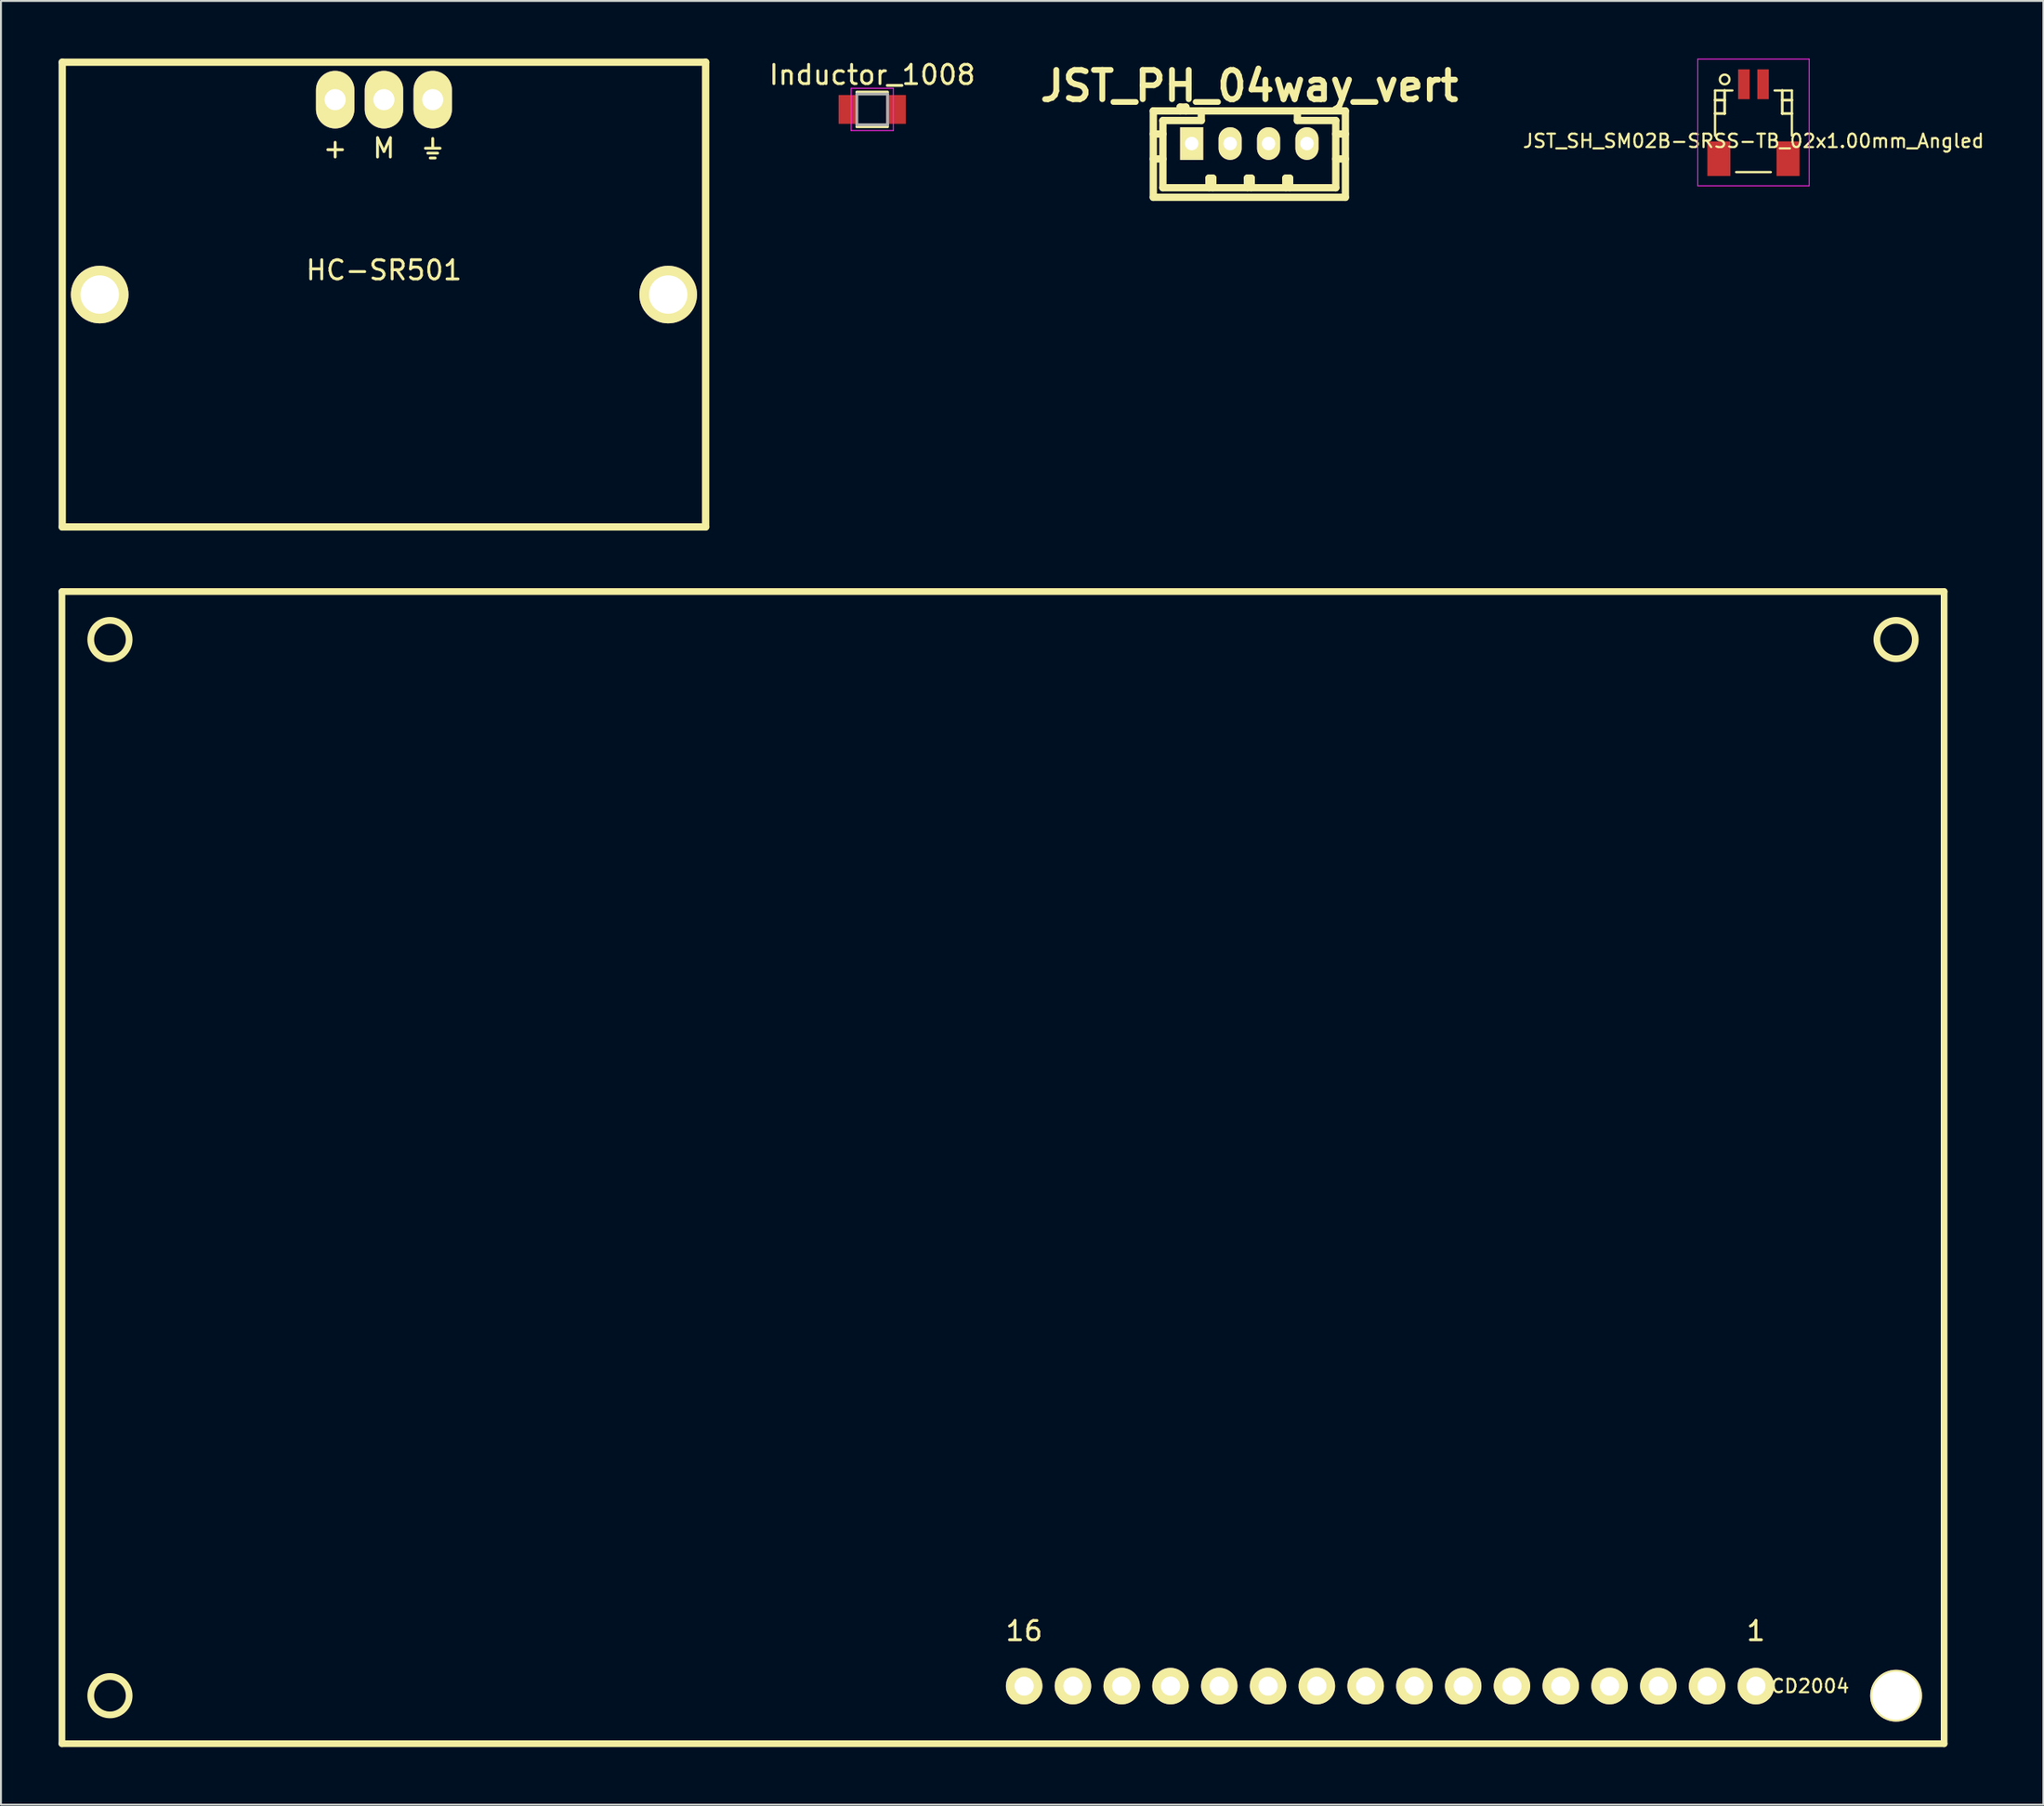
<source format=kicad_pcb>
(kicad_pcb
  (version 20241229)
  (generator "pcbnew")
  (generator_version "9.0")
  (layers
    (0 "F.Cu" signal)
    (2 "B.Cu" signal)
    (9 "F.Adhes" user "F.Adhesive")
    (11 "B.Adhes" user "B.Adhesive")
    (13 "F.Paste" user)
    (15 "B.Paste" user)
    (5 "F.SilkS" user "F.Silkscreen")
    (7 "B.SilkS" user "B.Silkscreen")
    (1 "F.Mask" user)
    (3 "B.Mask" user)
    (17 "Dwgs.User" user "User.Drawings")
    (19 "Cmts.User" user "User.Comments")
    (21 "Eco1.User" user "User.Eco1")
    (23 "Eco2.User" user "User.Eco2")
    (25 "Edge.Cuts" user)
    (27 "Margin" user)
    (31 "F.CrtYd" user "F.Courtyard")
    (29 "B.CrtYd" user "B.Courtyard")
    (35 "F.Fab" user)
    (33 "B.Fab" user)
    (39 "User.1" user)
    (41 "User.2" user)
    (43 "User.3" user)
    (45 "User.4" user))
  (footprint "JST_PH_04way_vert"
    (layer "F.Cu")
    (at 62 4.426)
    (property "Reference" "JST_PH_04way_vert" (at 0 -3 0) (layer "F.SilkS") (effects (font (size 1.524 1.524) (thickness 0.305))))
    (attr through_hole)
    (fp_line (start -5.001 -1.699) (end -5.001 2.799) (stroke (width 0.381) (type solid)) (layer "F.SilkS"))
    (fp_line (start -5.001 -1.699) (end 5.001 -1.699) (stroke (width 0.381) (type solid)) (layer "F.SilkS"))
    (fp_line (start -5.001 2.799) (end 5.001 2.799) (stroke (width 0.381) (type solid)) (layer "F.SilkS"))
    (fp_line (start -4.501 -1.199) (end -4.501 2.301) (stroke (width 0.381) (type solid)) (layer "F.SilkS"))
    (fp_line (start -4.501 -0.5) (end -5.001 -0.5) (stroke (width 0.381) (type solid)) (layer "F.SilkS"))
    (fp_line (start -4.501 0.8) (end -5.001 0.8) (stroke (width 0.381) (type solid)) (layer "F.SilkS"))
    (fp_line (start -3.602 -1.9) (end -3.602 -1.699) (stroke (width 0.381) (type solid)) (layer "F.SilkS"))
    (fp_line (start -3.302 -1.9) (end -3.602 -1.9) (stroke (width 0.381) (type solid)) (layer "F.SilkS"))
    (fp_line (start -3.302 -1.699) (end -3.302 -1.9) (stroke (width 0.381) (type solid)) (layer "F.SilkS"))
    (fp_line (start -2.502 -1.699) (end -2.502 -1.199) (stroke (width 0.381) (type solid)) (layer "F.SilkS"))
    (fp_line (start -2.502 -1.199) (end -4.501 -1.199) (stroke (width 0.381) (type solid)) (layer "F.SilkS"))
    (fp_line (start -2.101 1.801) (end -1.902 1.801) (stroke (width 0.381) (type solid)) (layer "F.SilkS"))
    (fp_line (start -2.101 2.301) (end -2.101 1.801) (stroke (width 0.381) (type solid)) (layer "F.SilkS"))
    (fp_line (start -1.902 1.801) (end -1.902 2.301) (stroke (width 0.381) (type solid)) (layer "F.SilkS"))
    (fp_line (start -0.099 1.801) (end 0.099 1.801) (stroke (width 0.381) (type solid)) (layer "F.SilkS"))
    (fp_line (start -0.099 2.301) (end -0.099 1.801) (stroke (width 0.381) (type solid)) (layer "F.SilkS"))
    (fp_line (start 0.099 1.801) (end 0.099 2.301) (stroke (width 0.381) (type solid)) (layer "F.SilkS"))
    (fp_line (start 1.9 1.801) (end 2.098 1.801) (stroke (width 0.381) (type solid)) (layer "F.SilkS"))
    (fp_line (start 1.9 2.301) (end 1.9 1.801) (stroke (width 0.381) (type solid)) (layer "F.SilkS"))
    (fp_line (start 2.098 1.801) (end 2.098 2.301) (stroke (width 0.381) (type solid)) (layer "F.SilkS"))
    (fp_line (start 2.502 -1.199) (end 2.502 -1.699) (stroke (width 0.381) (type solid)) (layer "F.SilkS"))
    (fp_line (start 4.501 -1.199) (end 2.502 -1.199) (stroke (width 0.381) (type solid)) (layer "F.SilkS"))
    (fp_line (start 4.501 0.8) (end 5.001 0.8) (stroke (width 0.381) (type solid)) (layer "F.SilkS"))
    (fp_line (start 4.501 2.301) (end -4.501 2.301) (stroke (width 0.381) (type solid)) (layer "F.SilkS"))
    (fp_line (start 4.501 2.301) (end 4.501 -1.199) (stroke (width 0.381) (type solid)) (layer "F.SilkS"))
    (fp_line (start 5.001 -1.699) (end 5.001 2.799) (stroke (width 0.381) (type solid)) (layer "F.SilkS"))
    (fp_line (start 5.001 -0.5) (end 4.501 -0.5) (stroke (width 0.381) (type solid)) (layer "F.SilkS"))
    (pad "1" thru_hole rect (at -3.002 0) (size 1.199 1.699) (drill 0.701) (layers "*.Cu" "*.Mask" "F.SilkS"))
    (pad "2" thru_hole oval (at -1.001 0) (size 1.199 1.699) (drill 0.701) (layers "*.Cu" "*.Mask" "F.SilkS"))
    (pad "3" thru_hole oval (at 1.001 0) (size 1.199 1.699) (drill 0.701) (layers "*.Cu" "*.Mask" "F.SilkS"))
    (pad "4" thru_hole oval (at 3 0) (size 1.199 1.699) (drill 0.701) (layers "*.Cu" "*.Mask" "F.SilkS")))
  (footprint "LCD2004"
    (layer "F.Cu")
    (at 49.175 57.756)
    (property "Reference" "LCD2004" (at 41.74 27 0) (layer "F.SilkS") (effects (font (size 0.7 0.7) (thickness 0.11))))
    (attr through_hole)
    (fp_line (start -49 -30) (end -49 30) (stroke (width 0.35) (type solid)) (layer "F.SilkS"))
    (fp_line (start -49 -30) (end 49 -30) (stroke (width 0.35) (type solid)) (layer "F.SilkS"))
    (fp_line (start -49 30) (end 49 30) (stroke (width 0.35) (type solid)) (layer "F.SilkS"))
    (fp_line (start 49 30) (end 49 -30) (stroke (width 0.35) (type solid)) (layer "F.SilkS"))
    (fp_circle (center -46.5 -27.5) (end -46.5 -28.5) (stroke (width 0.35) (type solid)) (fill no) (layer "F.SilkS"))
    (fp_circle (center -46.5 27.5) (end -46.5 28.5) (stroke (width 0.35) (type solid)) (fill no) (layer "F.SilkS"))
    (fp_circle (center 39.2 27) (end 39.7 27) (stroke (width 0.35) (type solid)) (fill no) (layer "F.SilkS"))
    (fp_circle (center 46.5 -27.5) (end 46.5 -28.5) (stroke (width 0.35) (type solid)) (fill no) (layer "F.SilkS"))
    (fp_text user "1" (at 39.2 24.13 0) (layer "F.SilkS") (effects (font (size 1 1) (thickness 0.15))))
    (fp_text user "16" (at 1.1 24.13 0) (layer "F.SilkS") (effects (font (size 1 1) (thickness 0.15))))
    (pad "" np_thru_hole circle (at 46.5 27.5) (size 2.7 2.7) (drill 2.5) (layers "*.Cu" "*.Mask" "F.SilkS"))
    (pad "1" thru_hole circle (at 39.2 27) (size 1.9 1.9) (drill 1) (layers "*.Cu" "*.Mask" "F.SilkS"))
    (pad "2" thru_hole circle (at 36.66 27) (size 1.9 1.9) (drill 1) (layers "*.Cu" "*.Mask" "F.SilkS"))
    (pad "3" thru_hole circle (at 34.12 27) (size 1.9 1.9) (drill 1) (layers "*.Cu" "*.Mask" "F.SilkS"))
    (pad "4" thru_hole circle (at 31.58 27) (size 1.9 1.9) (drill 1) (layers "*.Cu" "*.Mask" "F.SilkS"))
    (pad "5" thru_hole circle (at 29.04 27) (size 1.9 1.9) (drill 1) (layers "*.Cu" "*.Mask" "F.SilkS"))
    (pad "6" thru_hole circle (at 26.5 27) (size 1.9 1.9) (drill 1) (layers "*.Cu" "*.Mask" "F.SilkS"))
    (pad "7" thru_hole circle (at 23.96 27) (size 1.9 1.9) (drill 1) (layers "*.Cu" "*.Mask" "F.SilkS"))
    (pad "8" thru_hole circle (at 21.42 27) (size 1.9 1.9) (drill 1) (layers "*.Cu" "*.Mask" "F.SilkS"))
    (pad "9" thru_hole circle (at 18.88 27) (size 1.9 1.9) (drill 1) (layers "*.Cu" "*.Mask" "F.SilkS"))
    (pad "10" thru_hole circle (at 16.34 27) (size 1.9 1.9) (drill 1) (layers "*.Cu" "*.Mask" "F.SilkS"))
    (pad "11" thru_hole circle (at 13.8 27) (size 1.9 1.9) (drill 1) (layers "*.Cu" "*.Mask" "F.SilkS"))
    (pad "12" thru_hole circle (at 11.26 27) (size 1.9 1.9) (drill 1) (layers "*.Cu" "*.Mask" "F.SilkS"))
    (pad "13" thru_hole circle (at 8.72 27) (size 1.9 1.9) (drill 1) (layers "*.Cu" "*.Mask" "F.SilkS"))
    (pad "14" thru_hole circle (at 6.18 27) (size 1.9 1.9) (drill 1) (layers "*.Cu" "*.Mask" "F.SilkS"))
    (pad "15" thru_hole circle (at 3.64 27) (size 1.9 1.9) (drill 1) (layers "*.Cu" "*.Mask" "F.SilkS"))
    (pad "16" thru_hole circle (at 1.1 27) (size 1.9 1.9) (drill 1) (layers "*.Cu" "*.Mask" "F.SilkS")))
  (footprint "Inductor_1008"
    (layer "F.Cu")
    (at 42.363 2.648)
    (property "Reference" "Inductor_1008" (at 0 -1.8 0) (layer "F.SilkS") (effects (font (size 1 1) (thickness 0.15))))
    (attr smd)
    (fp_line (start -0.8 -0.9) (end 0.8 -0.9) (stroke (width 0.15) (type solid)) (layer "F.SilkS"))
    (fp_line (start -0.8 0.9) (end 0.8 0.9) (stroke (width 0.15) (type solid)) (layer "F.SilkS"))
    (fp_line (start -1.1 -1.1) (end -1.1 1.1) (stroke (width 0.05) (type solid)) (layer "F.CrtYd"))
    (fp_line (start -1.1 1.1) (end 1.1 1.1) (stroke (width 0.05) (type solid)) (layer "F.CrtYd"))
    (fp_line (start 1.1 -1.1) (end -1.1 -1.1) (stroke (width 0.05) (type solid)) (layer "F.CrtYd"))
    (fp_line (start 1.1 1.1) (end 1.1 -1.1) (stroke (width 0.05) (type solid)) (layer "F.CrtYd"))
    (fp_line (start -0.8 -0.8) (end -0.8 0.8) (stroke (width 0.15) (type solid)) (layer "F.Fab"))
    (fp_line (start -0.8 0.8) (end 0.8 0.8) (stroke (width 0.15) (type solid)) (layer "F.Fab"))
    (fp_line (start 0.8 -0.8) (end -0.8 -0.8) (stroke (width 0.15) (type solid)) (layer "F.Fab"))
    (fp_line (start 0.8 0.8) (end 0.8 -0.8) (stroke (width 0.15) (type solid)) (layer "F.Fab"))
    (pad "1" smd rect (at -1.25 0) (size 1 1.5) (layers "F.Cu" "F.Mask" "F.Paste"))
    (pad "2" smd rect (at 1.25 0) (size 1 1.5) (layers "F.Cu" "F.Mask" "F.Paste")))
  (footprint "JST_SH_SM02B-SRSS-TB_02x1.00mm_Angled"
    (layer "F.Cu")
    (at 88.249 3.275)
    (property "Reference" "JST_SH_SM02B-SRSS-TB_02x1.00mm_Angled" (at 0 1.016 0) (layer "F.SilkS") (effects (font (size 0.7 0.7) (thickness 0.11))))
    (attr smd)
    (fp_line (start -2 -1.613) (end -1.1 -1.613) (stroke (width 0.12) (type solid)) (layer "F.SilkS"))
    (fp_line (start -2 -1.113) (end -2 -1.113) (stroke (width 0.12) (type solid)) (layer "F.SilkS"))
    (fp_line (start -2 -1.113) (end -1.5 -1.113) (stroke (width 0.12) (type solid)) (layer "F.SilkS"))
    (fp_line (start -2 -0.412) (end -2 -0.412) (stroke (width 0.12) (type solid)) (layer "F.SilkS"))
    (fp_line (start -2 -0.412) (end -1.5 -0.412) (stroke (width 0.12) (type solid)) (layer "F.SilkS"))
    (fp_line (start -2 0.738) (end -2 -1.613) (stroke (width 0.12) (type solid)) (layer "F.SilkS"))
    (fp_line (start -1.5 -1.613) (end -1.5 -1.613) (stroke (width 0.12) (type solid)) (layer "F.SilkS"))
    (fp_line (start -1.5 -1.613) (end -1.5 -0.412) (stroke (width 0.12) (type solid)) (layer "F.SilkS"))
    (fp_line (start -1.5 -1.113) (end -2 -1.113) (stroke (width 0.12) (type solid)) (layer "F.SilkS"))
    (fp_line (start -1.5 -1.113) (end -1.5 -1.113) (stroke (width 0.12) (type solid)) (layer "F.SilkS"))
    (fp_line (start -1.5 -0.412) (end -2 -0.412) (stroke (width 0.12) (type solid)) (layer "F.SilkS"))
    (fp_line (start -1.5 -0.412) (end -1.5 -1.613) (stroke (width 0.12) (type solid)) (layer "F.SilkS"))
    (fp_line (start -1.5 -0.412) (end -1.5 -0.412) (stroke (width 0.12) (type solid)) (layer "F.SilkS"))
    (fp_line (start -1.5 -0.412) (end -1.5 -0.412) (stroke (width 0.12) (type solid)) (layer "F.SilkS"))
    (fp_line (start -0.9 2.638) (end 0.9 2.638) (stroke (width 0.12) (type solid)) (layer "F.SilkS"))
    (fp_line (start 1.5 -1.613) (end 1.5 -1.613) (stroke (width 0.12) (type solid)) (layer "F.SilkS"))
    (fp_line (start 1.5 -1.613) (end 1.5 -0.412) (stroke (width 0.12) (type solid)) (layer "F.SilkS"))
    (fp_line (start 1.5 -1.113) (end 1.5 -1.113) (stroke (width 0.12) (type solid)) (layer "F.SilkS"))
    (fp_line (start 1.5 -1.113) (end 2 -1.113) (stroke (width 0.12) (type solid)) (layer "F.SilkS"))
    (fp_line (start 1.5 -0.412) (end 1.5 -1.613) (stroke (width 0.12) (type solid)) (layer "F.SilkS"))
    (fp_line (start 1.5 -0.412) (end 1.5 -0.412) (stroke (width 0.12) (type solid)) (layer "F.SilkS"))
    (fp_line (start 1.5 -0.412) (end 1.5 -0.412) (stroke (width 0.12) (type solid)) (layer "F.SilkS"))
    (fp_line (start 1.5 -0.412) (end 2 -0.412) (stroke (width 0.12) (type solid)) (layer "F.SilkS"))
    (fp_line (start 2 -1.613) (end 1.1 -1.613) (stroke (width 0.12) (type solid)) (layer "F.SilkS"))
    (fp_line (start 2 -1.113) (end 1.5 -1.113) (stroke (width 0.12) (type solid)) (layer "F.SilkS"))
    (fp_line (start 2 -1.113) (end 2 -1.113) (stroke (width 0.12) (type solid)) (layer "F.SilkS"))
    (fp_line (start 2 -0.412) (end 1.5 -0.412) (stroke (width 0.12) (type solid)) (layer "F.SilkS"))
    (fp_line (start 2 -0.412) (end 2 -0.412) (stroke (width 0.12) (type solid)) (layer "F.SilkS"))
    (fp_line (start 2 0.738) (end 2 -1.613) (stroke (width 0.12) (type solid)) (layer "F.SilkS"))
    (fp_circle (center -1.5 -2.188) (end -1.25 -2.188) (stroke (width 0.12) (type solid)) (fill no) (layer "F.SilkS"))
    (fp_line (start -2.9 -3.25) (end 2.9 -3.25) (stroke (width 0.05) (type solid)) (layer "F.CrtYd"))
    (fp_line (start -2.9 3.35) (end -2.9 -3.25) (stroke (width 0.05) (type solid)) (layer "F.CrtYd"))
    (fp_line (start 2.9 -3.25) (end 2.9 3.35) (stroke (width 0.05) (type solid)) (layer "F.CrtYd"))
    (fp_line (start 2.9 3.35) (end -2.9 3.35) (stroke (width 0.05) (type solid)) (layer "F.CrtYd"))
    (pad "" smd rect (at -1.8 1.938) (size 1.2 1.8) (layers "F.Cu" "F.Mask" "F.Paste"))
    (pad "" smd rect (at 1.8 1.938) (size 1.2 1.8) (layers "F.Cu" "F.Mask" "F.Paste"))
    (pad "1" smd rect (at -0.5 -1.938) (size 0.6 1.55) (layers "F.Cu" "F.Mask" "F.Paste"))
    (pad "2" smd rect (at 0.5 -1.938) (size 0.6 1.55) (layers "F.Cu" "F.Mask" "F.Paste")))
  (footprint "HC-SR501"
    (layer "F.Cu")
    (at 16.941 12.29)
    (property "Reference" "HC-SR501" (at 0 -1.27 0) (layer "F.SilkS") (effects (font (size 1 1) (thickness 0.15))))
    (attr through_hole)
    (fp_line (start -16.75 -12.1) (end 16.75 -12.1) (stroke (width 0.381) (type solid)) (layer "F.SilkS"))
    (fp_line (start -16.75 12.1) (end -16.75 -12.1) (stroke (width 0.381) (type solid)) (layer "F.SilkS"))
    (fp_line (start -16.75 12.1) (end 16.75 12.1) (stroke (width 0.381) (type solid)) (layer "F.SilkS"))
    (fp_line (start 2.159 -7.62) (end 2.921 -7.62) (stroke (width 0.15) (type solid)) (layer "F.SilkS"))
    (fp_line (start 2.286 -7.366) (end 2.794 -7.366) (stroke (width 0.15) (type solid)) (layer "F.SilkS"))
    (fp_line (start 2.413 -7.112) (end 2.667 -7.112) (stroke (width 0.15) (type solid)) (layer "F.SilkS"))
    (fp_line (start 2.54 -8.128) (end 2.54 -7.62) (stroke (width 0.15) (type solid)) (layer "F.SilkS"))
    (fp_line (start 16.75 -12.1) (end 16.75 12.1) (stroke (width 0.381) (type solid)) (layer "F.SilkS"))
    (fp_text user "+" (at -2.54 -7.62 0) (layer "F.SilkS") (effects (font (size 1 1) (thickness 0.15))))
    (fp_text user "M" (at 0 -7.62 0) (layer "F.SilkS") (effects (font (size 1 1) (thickness 0.15))))
    (pad "" np_thru_hole circle (at -14.8 0) (size 3 3) (drill 2) (layers "*.Cu" "*.Mask" "F.SilkS"))
    (pad "" np_thru_hole circle (at 14.8 0) (size 3 3) (drill 2) (layers "*.Cu" "*.Mask" "F.SilkS"))
    (pad "1" thru_hole oval (at 2.54 -10.15) (size 2 3) (drill 1.1) (layers "*.Cu" "*.Mask" "F.SilkS"))
    (pad "2" thru_hole oval (at 0 -10.15) (size 2 3) (drill 1.1) (layers "*.Cu" "*.Mask" "F.SilkS"))
    (pad "3" thru_hole oval (at -2.54 -10.15) (size 2 3) (drill 1.1) (layers "*.Cu" "*.Mask" "F.SilkS")))
  (gr_rect
    (start -3 -3)
    (end 103.344 90.931)
    (stroke (width 0.1) (type default))
    (fill no)
    (layer "Edge.Cuts")))
</source>
